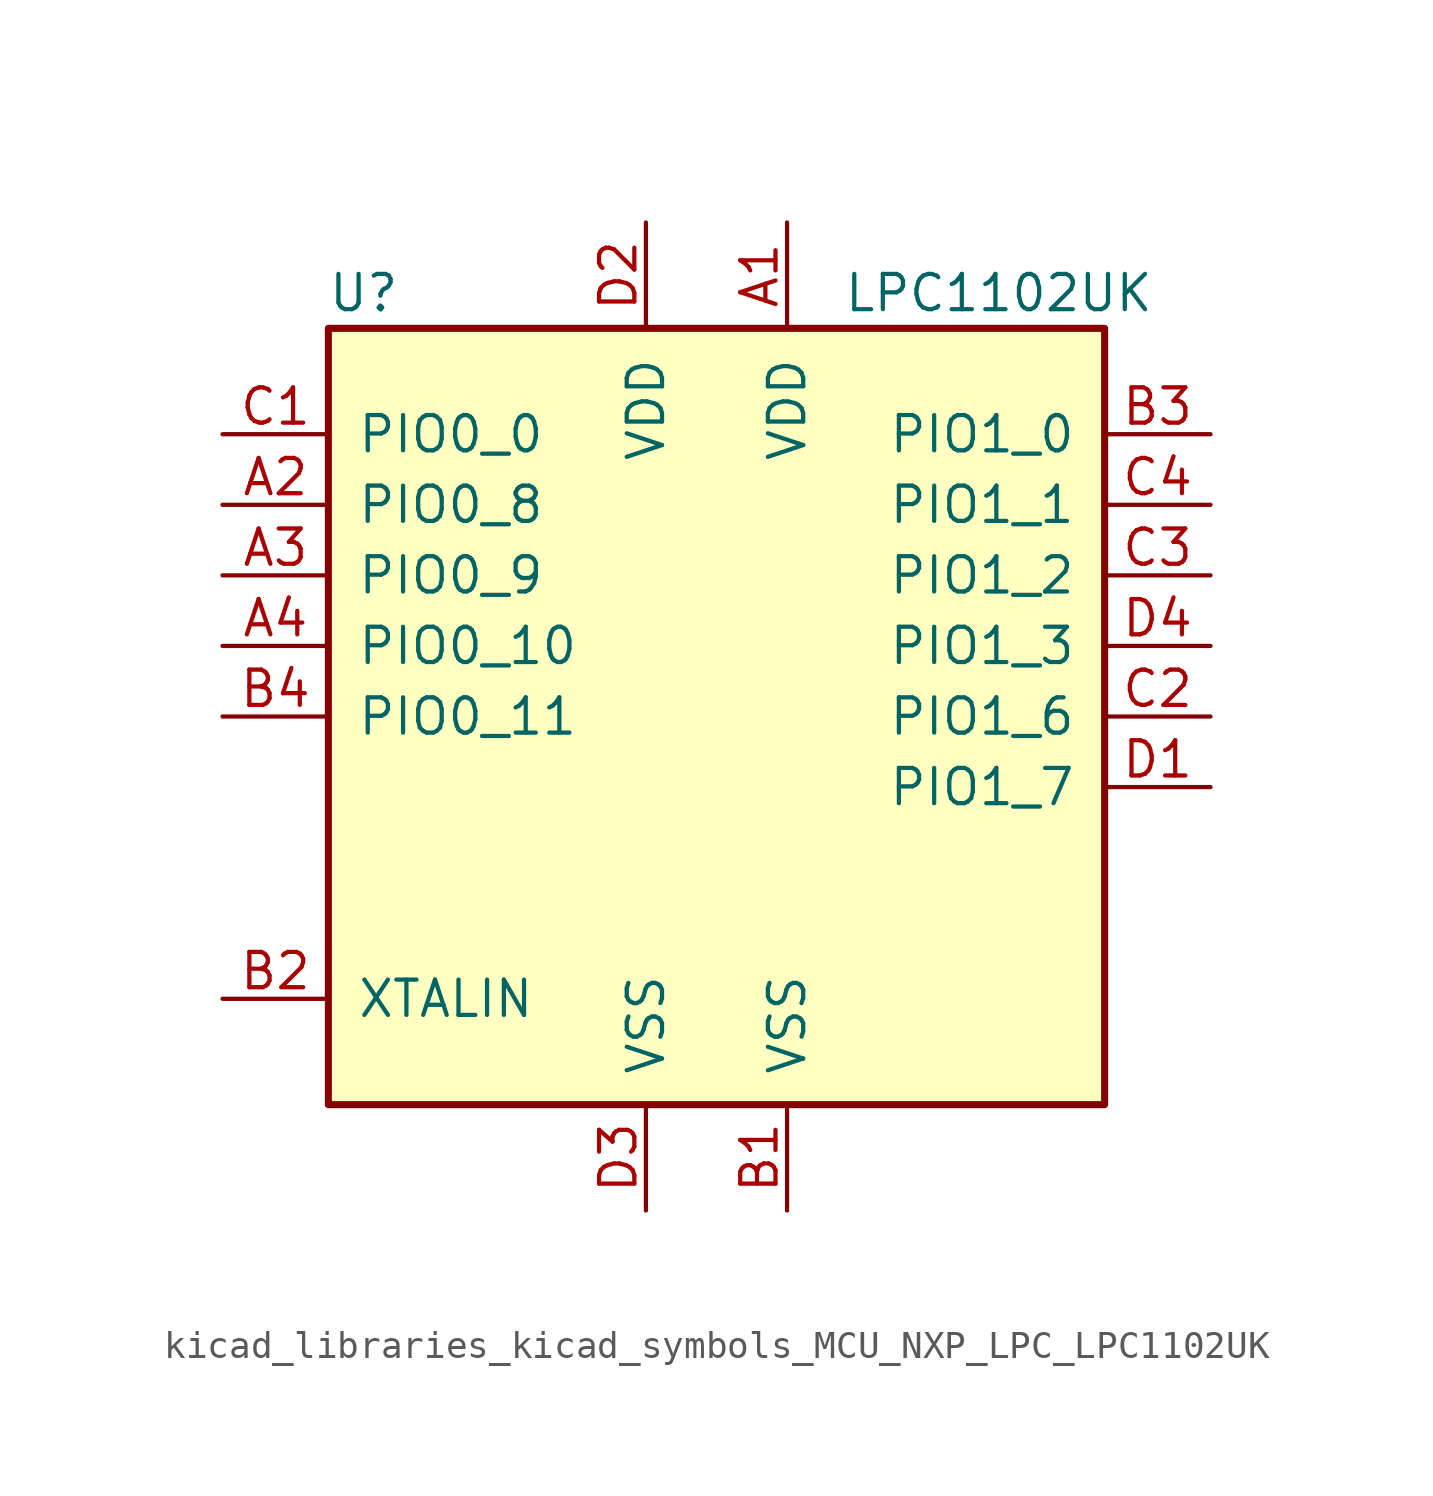
<source format=kicad_sym>
(kicad_symbol_lib
  (version 20220914)
  (generator kicad_symbol_editor)
  (symbol "kicad_libraries_kicad_symbols_MCU_NXP_LPC_LPC1102UK"
    (pin_names
      (offset 1.016))
    (property "Reference" "U"
      (at -12.7 15.24 0)
      (effects (font (size 1.27 1.27))))
    (property "Value" "LPC1102UK"
      (at 10.16 15.24 0)
      (effects (font (size 1.27 1.27))))
    (symbol "kicad_libraries_kicad_symbols_MCU_NXP_LPC_LPC1102UK_0_1"
      (rectangle (start -13.97 13.97) (end 13.97 -13.97) (stroke (width 0.254) (type default)) (fill (type background))))
    (symbol "kicad_libraries_kicad_symbols_MCU_NXP_LPC_LPC1102UK_1_1"
      (pin power_in line (at 2.54 17.78 270) (length 3.81) (name "VDD" (effects (font (size 1.27 1.27)))) (number "A1" (effects (font (size 1.27 1.27)))))
      (pin bidirectional line (at -17.78 7.62 0) (length 3.81) (name "PIO0_8" (effects (font (size 1.27 1.27)))) (number "A2" (effects (font (size 1.27 1.27)))))
      (pin bidirectional line (at -17.78 5.08 0) (length 3.81) (name "PIO0_9" (effects (font (size 1.27 1.27)))) (number "A3" (effects (font (size 1.27 1.27)))))
      (pin bidirectional line (at -17.78 2.54 0) (length 3.81) (name "PIO0_10" (effects (font (size 1.27 1.27)))) (number "A4" (effects (font (size 1.27 1.27)))))
      (pin power_in line (at 2.54 -17.78 90) (length 3.81) (name "VSS" (effects (font (size 1.27 1.27)))) (number "B1" (effects (font (size 1.27 1.27)))))
      (pin input line (at -17.78 -10.16 0) (length 3.81) (name "XTALIN" (effects (font (size 1.27 1.27)))) (number "B2" (effects (font (size 1.27 1.27)))))
      (pin bidirectional line (at 17.78 10.16 180) (length 3.81) (name "PIO1_0" (effects (font (size 1.27 1.27)))) (number "B3" (effects (font (size 1.27 1.27)))))
      (pin bidirectional line (at -17.78 0 0) (length 3.81) (name "PIO0_11" (effects (font (size 1.27 1.27)))) (number "B4" (effects (font (size 1.27 1.27)))))
      (pin bidirectional line (at -17.78 10.16 0) (length 3.81) (name "PIO0_0" (effects (font (size 1.27 1.27)))) (number "C1" (effects (font (size 1.27 1.27)))))
      (pin bidirectional line (at 17.78 0 180) (length 3.81) (name "PIO1_6" (effects (font (size 1.27 1.27)))) (number "C2" (effects (font (size 1.27 1.27)))))
      (pin bidirectional line (at 17.78 5.08 180) (length 3.81) (name "PIO1_2" (effects (font (size 1.27 1.27)))) (number "C3" (effects (font (size 1.27 1.27)))))
      (pin bidirectional line (at 17.78 7.62 180) (length 3.81) (name "PIO1_1" (effects (font (size 1.27 1.27)))) (number "C4" (effects (font (size 1.27 1.27)))))
      (pin bidirectional line (at 17.78 -2.54 180) (length 3.81) (name "PIO1_7" (effects (font (size 1.27 1.27)))) (number "D1" (effects (font (size 1.27 1.27)))))
      (pin power_in line (at -2.54 17.78 270) (length 3.81) (name "VDD" (effects (font (size 1.27 1.27)))) (number "D2" (effects (font (size 1.27 1.27)))))
      (pin power_in line (at -2.54 -17.78 90) (length 3.81) (name "VSS" (effects (font (size 1.27 1.27)))) (number "D3" (effects (font (size 1.27 1.27)))))
      (pin bidirectional line (at 17.78 2.54 180) (length 3.81) (name "PIO1_3" (effects (font (size 1.27 1.27)))) (number "D4" (effects (font (size 1.27 1.27))))))))
</source>
